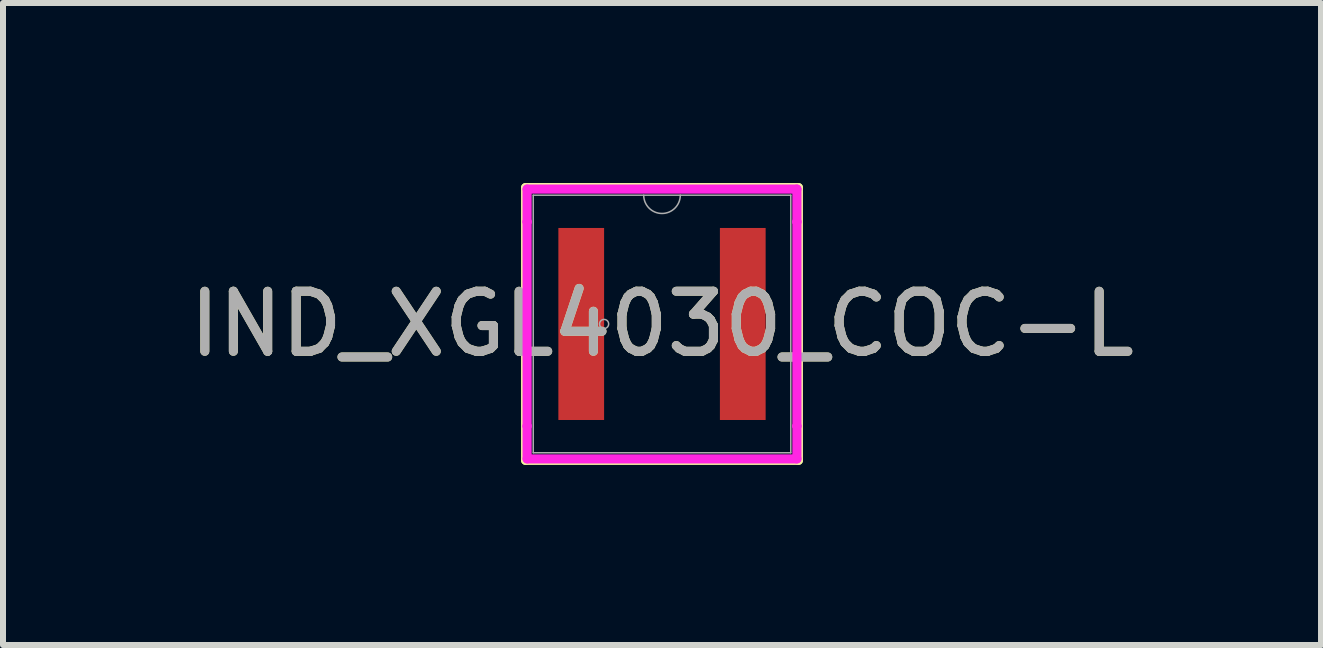
<source format=kicad_pcb>
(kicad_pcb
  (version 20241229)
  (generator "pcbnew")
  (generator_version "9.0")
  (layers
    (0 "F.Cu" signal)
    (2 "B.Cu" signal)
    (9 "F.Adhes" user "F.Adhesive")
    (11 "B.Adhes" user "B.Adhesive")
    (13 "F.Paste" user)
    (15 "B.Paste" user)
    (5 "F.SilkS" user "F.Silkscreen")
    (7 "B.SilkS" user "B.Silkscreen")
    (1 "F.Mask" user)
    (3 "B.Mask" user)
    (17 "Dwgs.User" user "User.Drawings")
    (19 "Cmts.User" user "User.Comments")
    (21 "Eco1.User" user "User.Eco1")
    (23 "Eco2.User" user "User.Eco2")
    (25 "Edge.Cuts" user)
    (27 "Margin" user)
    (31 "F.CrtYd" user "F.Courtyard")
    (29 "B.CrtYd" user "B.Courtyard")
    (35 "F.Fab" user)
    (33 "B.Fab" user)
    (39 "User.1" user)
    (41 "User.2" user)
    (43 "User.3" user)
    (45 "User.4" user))
  (footprint "IND_XGL4030_COC-L"
    (layer "F.Cu")
    (at 7.982 2.349)
    (property "Reference" "IND_XGL4030_COC-L" (at 0 0 0) (unlocked yes) (layer "F.SilkS") (effects (font (size 1 1) (thickness 0.15))))
    (attr smd)
    (fp_line (start -2.273 -2.273) (end -2.273 2.273) (stroke (width 0.152) (type solid)) (layer "F.SilkS"))
    (fp_line (start -2.273 2.273) (end 2.273 2.273) (stroke (width 0.152) (type solid)) (layer "F.SilkS"))
    (fp_line (start 2.273 -2.273) (end -2.273 -2.273) (stroke (width 0.152) (type solid)) (layer "F.SilkS"))
    (fp_line (start 2.273 2.273) (end 2.273 -2.273) (stroke (width 0.152) (type solid)) (layer "F.SilkS"))
    (fp_line (start -2.248 -2.248) (end 2.248 -2.248) (stroke (width 0.152) (type solid)) (layer "F.CrtYd"))
    (fp_line (start -2.248 -1.702) (end -2.248 -2.248) (stroke (width 0.152) (type solid)) (layer "F.CrtYd"))
    (fp_line (start -2.248 -1.702) (end -2.248 -1.702) (stroke (width 0.152) (type solid)) (layer "F.CrtYd"))
    (fp_line (start -2.248 1.702) (end -2.248 -1.702) (stroke (width 0.152) (type solid)) (layer "F.CrtYd"))
    (fp_line (start -2.248 1.702) (end -2.248 1.702) (stroke (width 0.152) (type solid)) (layer "F.CrtYd"))
    (fp_line (start -2.248 2.248) (end -2.248 1.702) (stroke (width 0.152) (type solid)) (layer "F.CrtYd"))
    (fp_line (start 2.248 -2.248) (end 2.248 -1.702) (stroke (width 0.152) (type solid)) (layer "F.CrtYd"))
    (fp_line (start 2.248 -1.702) (end 2.248 -1.702) (stroke (width 0.152) (type solid)) (layer "F.CrtYd"))
    (fp_line (start 2.248 -1.702) (end 2.248 1.702) (stroke (width 0.152) (type solid)) (layer "F.CrtYd"))
    (fp_line (start 2.248 1.702) (end 2.248 1.702) (stroke (width 0.152) (type solid)) (layer "F.CrtYd"))
    (fp_line (start 2.248 1.702) (end 2.248 2.248) (stroke (width 0.152) (type solid)) (layer "F.CrtYd"))
    (fp_line (start 2.248 2.248) (end -2.248 2.248) (stroke (width 0.152) (type solid)) (layer "F.CrtYd"))
    (fp_line (start -2.146 -2.146) (end -2.146 2.146) (stroke (width 0.025) (type solid)) (layer "F.Fab"))
    (fp_line (start -2.146 2.146) (end 2.146 2.146) (stroke (width 0.025) (type solid)) (layer "F.Fab"))
    (fp_line (start 2.146 -2.146) (end -2.146 -2.146) (stroke (width 0.025) (type solid)) (layer "F.Fab"))
    (fp_line (start 2.146 2.146) (end 2.146 -2.146) (stroke (width 0.025) (type solid)) (layer "F.Fab"))
    (fp_arc (start 0.3048 -2.1463) (mid 0 -1.8415) (end -0.3048 -2.1463) (stroke (width 0.0254) (type solid)) (layer "F.Fab"))
    (fp_circle (center -0.965 0) (end -0.889 0) (stroke (width 0.025) (type solid)) (fill no) (layer "F.Fab"))
    (fp_text user "${REFERENCE}" (at 0 0 0) (unlocked yes) (layer "F.Fab") (effects (font (size 1 1) (thickness 0.15))))
    (pad "1" smd rect (at -1.346 0) (size 0.762 3.2) (layers "F.Cu" "F.Mask" "F.Paste"))
    (pad "2" smd rect (at 1.346 0) (size 0.762 3.2) (layers "F.Cu" "F.Mask" "F.Paste")))
  (gr_rect
    (start -3 -3)
    (end 18.964 7.699)
    (stroke (width 0.1) (type default))
    (fill no)
    (layer "Edge.Cuts")))
</source>
